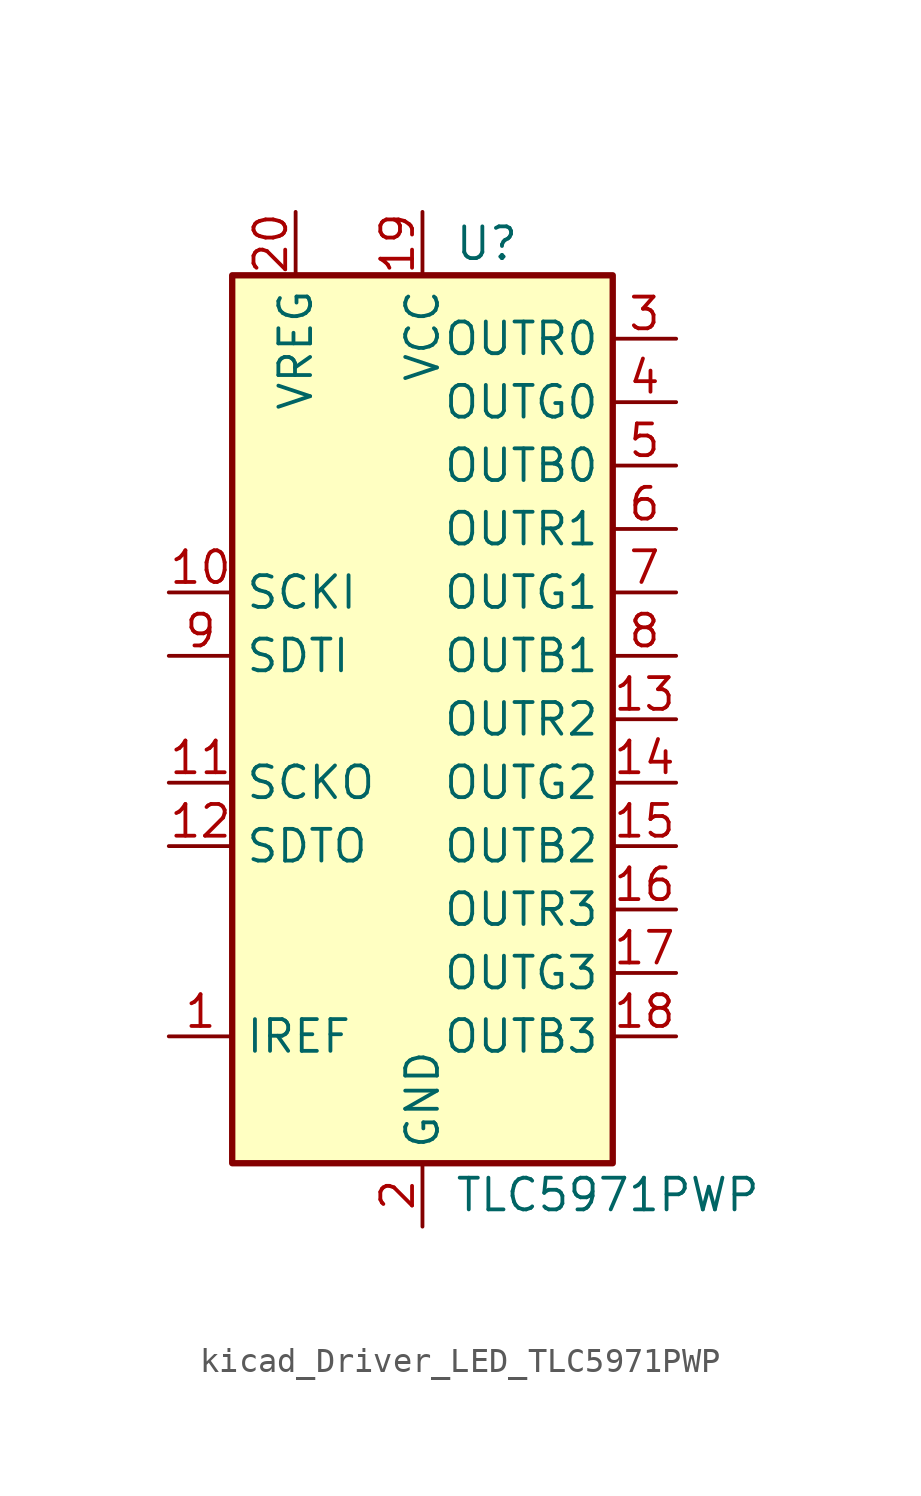
<source format=kicad_sym>
(kicad_symbol_lib
  (version 20220914)
  (generator kicad_symbol_editor)
  (symbol "kicad_Driver_LED_TLC5971PWP"
    (property "Reference" "U"
      (at 1.27 19.05 0)
      (effects (font (size 1.27 1.27)) (justify left)))
    (property "Value" "TLC5971PWP"
      (at 1.27 -19.05 0)
      (effects (font (size 1.27 1.27)) (justify left)))
    (symbol "kicad_Driver_LED_TLC5971PWP_0_1"
      (rectangle (start -7.62 17.78) (end 7.62 -17.78) (stroke (width 0.254) (type default)) (fill (type background)))
      (pin input line (at -10.16 5.08 0) (length 2.54) (name "SCKI" (effects (font (size 1.27 1.27)))) (number "10" (effects (font (size 1.27 1.27)))))
      (pin open_collector line (at 10.16 0 180) (length 2.54) (name "OUTR2" (effects (font (size 1.27 1.27)))) (number "13" (effects (font (size 1.27 1.27)))))
      (pin open_collector line (at 10.16 -2.54 180) (length 2.54) (name "OUTG2" (effects (font (size 1.27 1.27)))) (number "14" (effects (font (size 1.27 1.27)))))
      (pin open_collector line (at 10.16 -5.08 180) (length 2.54) (name "OUTB2" (effects (font (size 1.27 1.27)))) (number "15" (effects (font (size 1.27 1.27)))))
      (pin open_collector line (at 10.16 -7.62 180) (length 2.54) (name "OUTR3" (effects (font (size 1.27 1.27)))) (number "16" (effects (font (size 1.27 1.27)))))
      (pin open_collector line (at 10.16 -10.16 180) (length 2.54) (name "OUTG3" (effects (font (size 1.27 1.27)))) (number "17" (effects (font (size 1.27 1.27)))))
      (pin open_collector line (at 10.16 -12.7 180) (length 2.54) (name "OUTB3" (effects (font (size 1.27 1.27)))) (number "18" (effects (font (size 1.27 1.27)))))
      (pin power_in line (at 0 20.32 270) (length 2.54) (name "VCC" (effects (font (size 1.27 1.27)))) (number "19" (effects (font (size 1.27 1.27)))))
      (pin power_in line (at 0 -20.32 90) (length 2.54) (name "GND" (effects (font (size 1.27 1.27)))) (number "2" (effects (font (size 1.27 1.27)))))
      (pin passive line (at -5.08 20.32 270) (length 2.54) (name "VREG" (effects (font (size 1.27 1.27)))) (number "20" (effects (font (size 1.27 1.27)))))
      (pin passive line (at 0 -20.32 90) (length 2.54) hide (name "GND" (effects (font (size 1.27 1.27)))) (number "21" (effects (font (size 1.27 1.27)))))
      (pin open_collector line (at 10.16 15.24 180) (length 2.54) (name "OUTR0" (effects (font (size 1.27 1.27)))) (number "3" (effects (font (size 1.27 1.27)))))
      (pin open_collector line (at 10.16 12.7 180) (length 2.54) (name "OUTG0" (effects (font (size 1.27 1.27)))) (number "4" (effects (font (size 1.27 1.27)))))
      (pin open_collector line (at 10.16 10.16 180) (length 2.54) (name "OUTB0" (effects (font (size 1.27 1.27)))) (number "5" (effects (font (size 1.27 1.27)))))
      (pin open_collector line (at 10.16 7.62 180) (length 2.54) (name "OUTR1" (effects (font (size 1.27 1.27)))) (number "6" (effects (font (size 1.27 1.27)))))
      (pin open_collector line (at 10.16 5.08 180) (length 2.54) (name "OUTG1" (effects (font (size 1.27 1.27)))) (number "7" (effects (font (size 1.27 1.27)))))
      (pin open_collector line (at 10.16 2.54 180) (length 2.54) (name "OUTB1" (effects (font (size 1.27 1.27)))) (number "8" (effects (font (size 1.27 1.27)))))
      (pin input line (at -10.16 2.54 0) (length 2.54) (name "SDTI" (effects (font (size 1.27 1.27)))) (number "9" (effects (font (size 1.27 1.27))))))
    (symbol "kicad_Driver_LED_TLC5971PWP_1_1"
      (pin passive line (at -10.16 -12.7 0) (length 2.54) (name "IREF" (effects (font (size 1.27 1.27)))) (number "1" (effects (font (size 1.27 1.27)))))
      (pin output line (at -10.16 -2.54 0) (length 2.54) (name "SCKO" (effects (font (size 1.27 1.27)))) (number "11" (effects (font (size 1.27 1.27)))))
      (pin output line (at -10.16 -5.08 0) (length 2.54) (name "SDTO" (effects (font (size 1.27 1.27)))) (number "12" (effects (font (size 1.27 1.27))))))))
</source>
